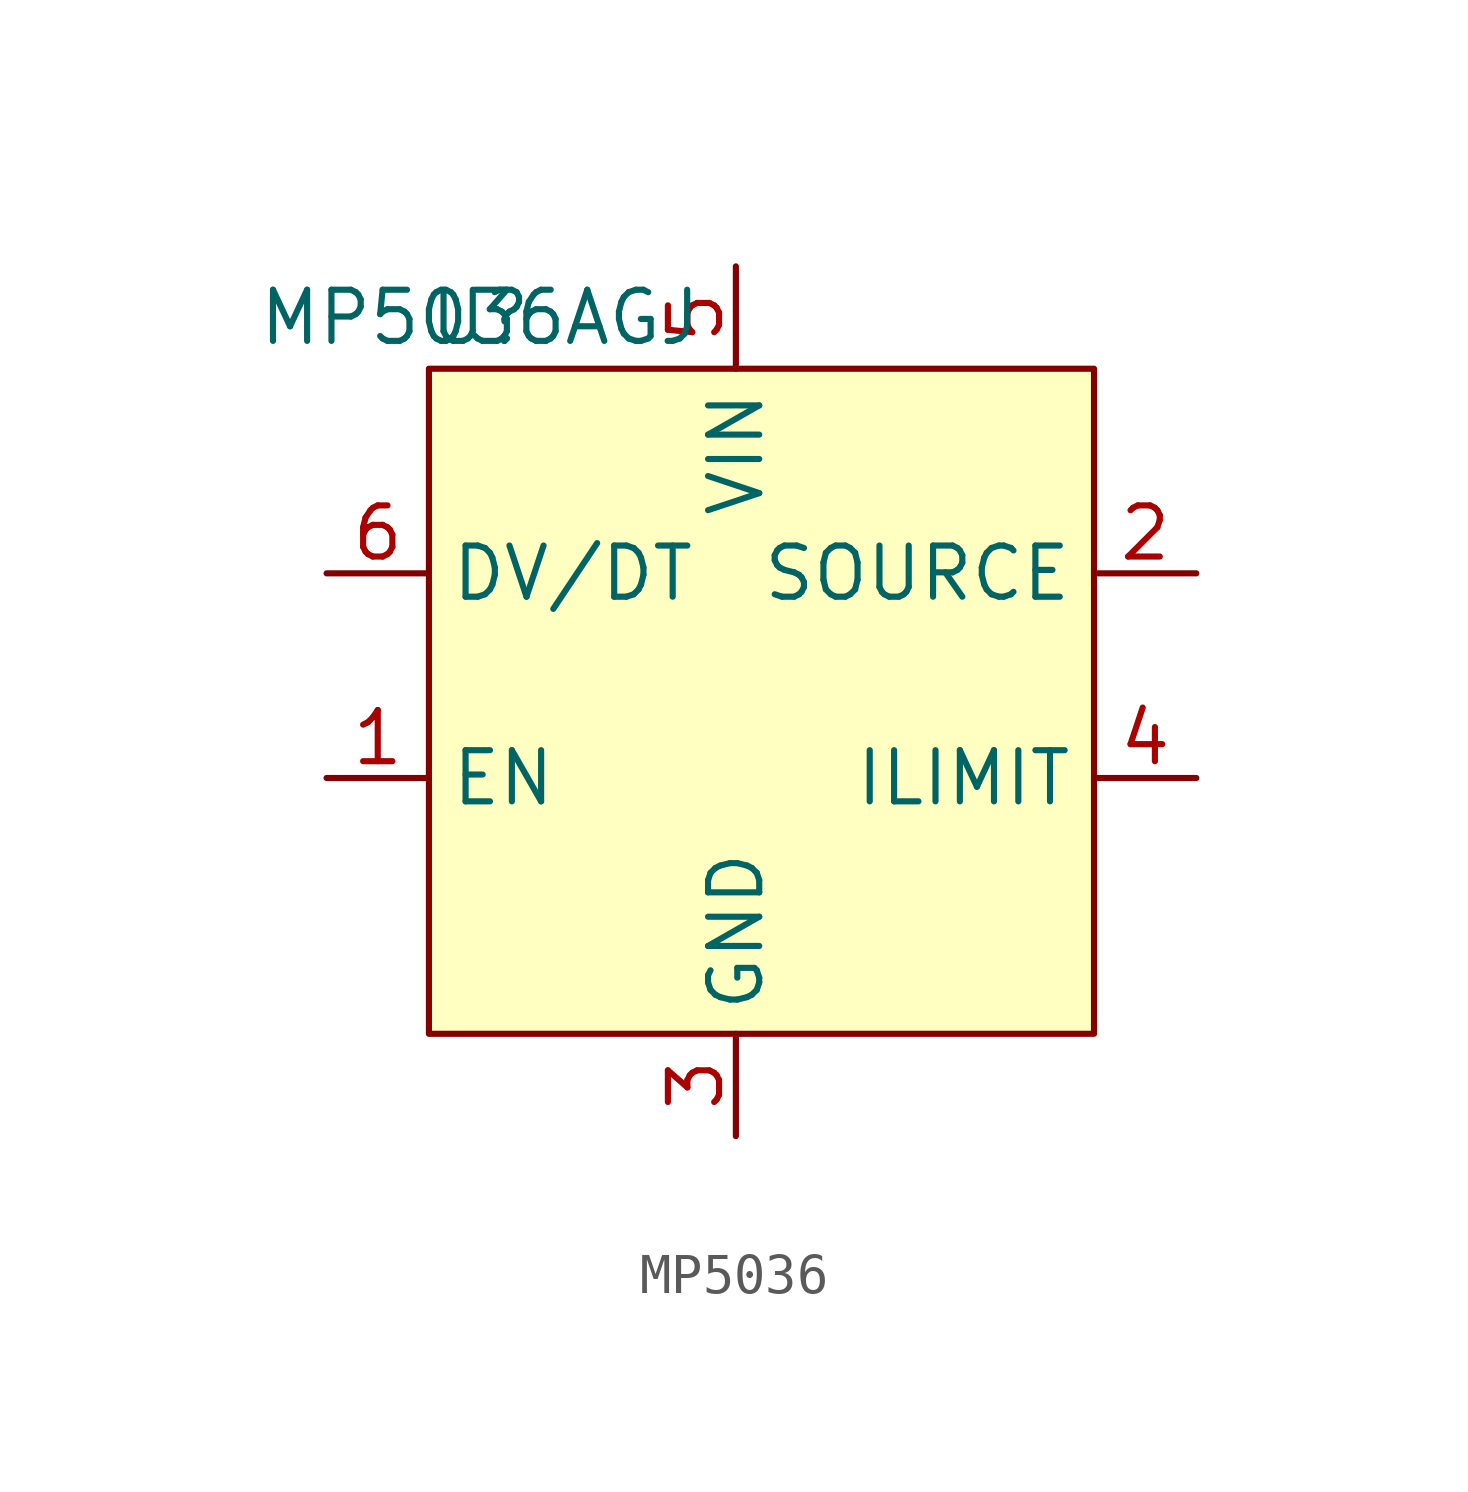
<source format=kicad_sym>
(kicad_symbol_lib
  (version 20220914)
  (generator kicad_symbol_editor)
  (symbol "MP5036"
    (property "Reference" "U"
      (at 1.27 1.27 0)
      (effects (font (size 1.27 1.27))))
    (property "Value" "MP5036AGJ"
      (at 1.27 1.27 0)
      (effects (font (size 1.27 1.27))))
    (symbol "MP5036_1_1"
      (rectangle (start 0 0) (end 16.51 -16.51) (stroke (width 0) (type default)) (fill (type background)))
      (pin input line (at -2.54 -10.16 0) (length 2.54) (name "EN" (effects (font (size 1.27 1.27)))) (number "1" (effects (font (size 1.27 1.27)))))
      (pin power_out line (at 19.05 -5.08 180) (length 2.54) (name "SOURCE" (effects (font (size 1.27 1.27)))) (number "2" (effects (font (size 1.27 1.27)))))
      (pin power_in line (at 7.62 -19.05 90) (length 2.54) (name "GND" (effects (font (size 1.27 1.27)))) (number "3" (effects (font (size 1.27 1.27)))))
      (pin input line (at 19.05 -10.16 180) (length 2.54) (name "ILIMIT" (effects (font (size 1.27 1.27)))) (number "4" (effects (font (size 1.27 1.27)))))
      (pin power_in line (at 7.62 2.54 270) (length 2.54) (name "VIN" (effects (font (size 1.27 1.27)))) (number "5" (effects (font (size 1.27 1.27)))))
      (pin input line (at -2.54 -5.08 0) (length 2.54) (name "DV/DT" (effects (font (size 1.27 1.27)))) (number "6" (effects (font (size 1.27 1.27))))))))
</source>
